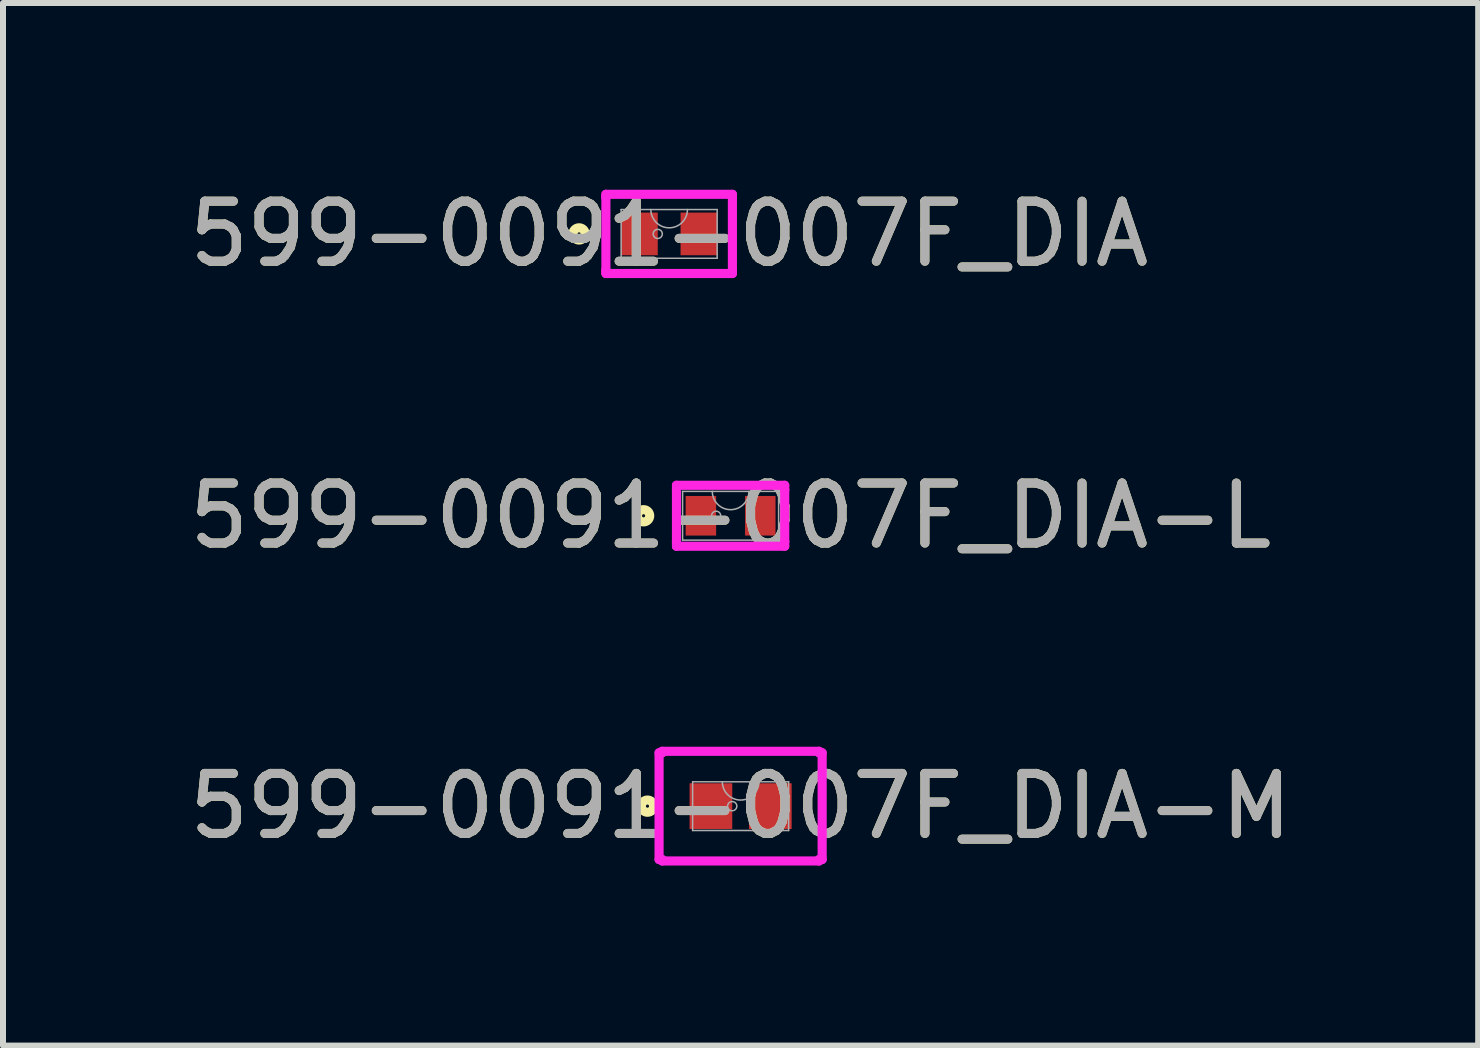
<source format=kicad_pcb>
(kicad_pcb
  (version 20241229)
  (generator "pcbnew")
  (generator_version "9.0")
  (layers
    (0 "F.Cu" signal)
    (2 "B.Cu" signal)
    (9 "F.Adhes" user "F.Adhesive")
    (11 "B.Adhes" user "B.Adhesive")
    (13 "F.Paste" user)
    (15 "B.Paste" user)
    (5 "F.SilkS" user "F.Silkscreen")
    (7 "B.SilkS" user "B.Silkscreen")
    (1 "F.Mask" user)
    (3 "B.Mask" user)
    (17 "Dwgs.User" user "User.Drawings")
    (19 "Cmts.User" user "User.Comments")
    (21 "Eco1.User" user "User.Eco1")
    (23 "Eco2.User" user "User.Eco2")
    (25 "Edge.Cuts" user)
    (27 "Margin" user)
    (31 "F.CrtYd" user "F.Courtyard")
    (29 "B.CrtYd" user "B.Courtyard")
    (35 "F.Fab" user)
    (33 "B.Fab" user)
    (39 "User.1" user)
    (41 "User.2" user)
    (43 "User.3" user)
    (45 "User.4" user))
  (footprint "599-0091-007F_DIA-L"
    (layer "F.Cu")
    (at 9.125 5.545)
    (property "Reference" "599-0091-007F_DIA-L" (at 0 0 0) (unlocked yes) (layer "F.SilkS") (effects (font (size 1 1) (thickness 0.15))))
    (attr smd)
    (fp_circle (center -1.45 0) (end -1.348 0) (stroke (width 0.152) (type solid)) (fill no) (layer "F.SilkS"))
    (fp_line (start -0.902 -0.508) (end 0.902 -0.508) (stroke (width 0.152) (type solid)) (layer "F.CrtYd"))
    (fp_line (start -0.902 -0.432) (end -0.902 -0.508) (stroke (width 0.152) (type solid)) (layer "F.CrtYd"))
    (fp_line (start -0.902 -0.432) (end -0.902 -0.432) (stroke (width 0.152) (type solid)) (layer "F.CrtYd"))
    (fp_line (start -0.902 0.432) (end -0.902 -0.432) (stroke (width 0.152) (type solid)) (layer "F.CrtYd"))
    (fp_line (start -0.902 0.432) (end -0.902 0.432) (stroke (width 0.152) (type solid)) (layer "F.CrtYd"))
    (fp_line (start -0.902 0.508) (end -0.902 0.432) (stroke (width 0.152) (type solid)) (layer "F.CrtYd"))
    (fp_line (start 0.902 -0.508) (end 0.902 -0.432) (stroke (width 0.152) (type solid)) (layer "F.CrtYd"))
    (fp_line (start 0.902 -0.432) (end 0.902 -0.432) (stroke (width 0.152) (type solid)) (layer "F.CrtYd"))
    (fp_line (start 0.902 -0.432) (end 0.902 0.432) (stroke (width 0.152) (type solid)) (layer "F.CrtYd"))
    (fp_line (start 0.902 0.432) (end 0.902 0.432) (stroke (width 0.152) (type solid)) (layer "F.CrtYd"))
    (fp_line (start 0.902 0.432) (end 0.902 0.508) (stroke (width 0.152) (type solid)) (layer "F.CrtYd"))
    (fp_line (start 0.902 0.508) (end -0.902 0.508) (stroke (width 0.152) (type solid)) (layer "F.CrtYd"))
    (fp_line (start -0.8 -0.406) (end -0.8 0.406) (stroke (width 0.025) (type solid)) (layer "F.Fab"))
    (fp_line (start -0.8 0.406) (end 0.8 0.406) (stroke (width 0.025) (type solid)) (layer "F.Fab"))
    (fp_line (start 0.8 -0.406) (end -0.8 -0.406) (stroke (width 0.025) (type solid)) (layer "F.Fab"))
    (fp_line (start 0.8 0.406) (end 0.8 -0.406) (stroke (width 0.025) (type solid)) (layer "F.Fab"))
    (fp_arc (start 0.3048 -0.4064) (mid 0 -0.1016) (end -0.3048 -0.4064) (stroke (width 0.0254) (type solid)) (layer "F.Fab"))
    (fp_circle (center -0.241 0) (end -0.165 0) (stroke (width 0.025) (type solid)) (fill no) (layer "F.Fab"))
    (fp_text user "${REFERENCE}" (at 0 0 0) (unlocked yes) (layer "F.Fab") (effects (font (size 1 1) (thickness 0.15))))
    (pad "1" smd rect (at -0.495 0) (size 0.508 0.66) (layers "F.Cu" "F.Mask" "F.Paste"))
    (pad "2" smd rect (at 0.495 0) (size 0.508 0.66) (layers "F.Cu" "F.Mask" "F.Paste")))
  (footprint "599-0091-007F_DIA-M"
    (layer "F.Cu")
    (at 9.292 10.384)
    (property "Reference" "599-0091-007F_DIA-M" (at 0 0 0) (unlocked yes) (layer "F.SilkS") (effects (font (size 1 1) (thickness 0.15))))
    (attr smd)
    (fp_circle (center -1.552 0) (end -1.45 0) (stroke (width 0.152) (type solid)) (fill no) (layer "F.SilkS"))
    (fp_line (start -1.359 -0.889) (end -1.308 -0.889) (stroke (width 0.152) (type solid)) (layer "F.CrtYd"))
    (fp_line (start -1.359 0.889) (end -1.359 -0.889) (stroke (width 0.152) (type solid)) (layer "F.CrtYd"))
    (fp_line (start -1.359 0.889) (end -1.308 0.889) (stroke (width 0.152) (type solid)) (layer "F.CrtYd"))
    (fp_line (start -1.308 -0.914) (end 1.308 -0.914) (stroke (width 0.152) (type solid)) (layer "F.CrtYd"))
    (fp_line (start -1.308 -0.889) (end -1.308 -0.914) (stroke (width 0.152) (type solid)) (layer "F.CrtYd"))
    (fp_line (start -1.308 0.914) (end -1.308 0.889) (stroke (width 0.152) (type solid)) (layer "F.CrtYd"))
    (fp_line (start 1.308 -0.914) (end 1.308 -0.889) (stroke (width 0.152) (type solid)) (layer "F.CrtYd"))
    (fp_line (start 1.308 0.889) (end 1.308 0.914) (stroke (width 0.152) (type solid)) (layer "F.CrtYd"))
    (fp_line (start 1.308 0.914) (end -1.308 0.914) (stroke (width 0.152) (type solid)) (layer "F.CrtYd"))
    (fp_line (start 1.359 -0.889) (end 1.308 -0.889) (stroke (width 0.152) (type solid)) (layer "F.CrtYd"))
    (fp_line (start 1.359 -0.889) (end 1.359 0.889) (stroke (width 0.152) (type solid)) (layer "F.CrtYd"))
    (fp_line (start 1.359 0.889) (end 1.308 0.889) (stroke (width 0.152) (type solid)) (layer "F.CrtYd"))
    (fp_line (start -0.8 -0.406) (end -0.8 0.406) (stroke (width 0.025) (type solid)) (layer "F.Fab"))
    (fp_line (start -0.8 0.406) (end 0.8 0.406) (stroke (width 0.025) (type solid)) (layer "F.Fab"))
    (fp_line (start 0.8 -0.406) (end -0.8 -0.406) (stroke (width 0.025) (type solid)) (layer "F.Fab"))
    (fp_line (start 0.8 0.406) (end 0.8 -0.406) (stroke (width 0.025) (type solid)) (layer "F.Fab"))
    (fp_arc (start 0.3048 -0.4064) (mid 0 -0.1016) (end -0.3048 -0.4064) (stroke (width 0.0254) (type solid)) (layer "F.Fab"))
    (fp_circle (center -0.14 0) (end -0.063 0) (stroke (width 0.025) (type solid)) (fill no) (layer "F.Fab"))
    (fp_text user "${REFERENCE}" (at 0 0 0) (unlocked yes) (layer "F.Fab") (effects (font (size 1 1) (thickness 0.15))))
    (pad "1" smd rect (at -0.495 0) (size 0.711 0.762) (layers "F.Cu" "F.Mask" "F.Paste"))
    (pad "2" smd rect (at 0.495 0) (size 0.711 0.762) (layers "F.Cu" "F.Mask" "F.Paste")))
  (footprint "599-0091-007F_DIA"
    (layer "F.Cu")
    (at 8.101 0.848)
    (property "Reference" "599-0091-007F_DIA" (at 0 0 0) (unlocked yes) (layer "F.SilkS") (effects (font (size 1 1) (thickness 0.15))))
    (attr smd)
    (fp_circle (center -1.501 0) (end -1.399 0) (stroke (width 0.152) (type solid)) (fill no) (layer "F.SilkS"))
    (fp_line (start -1.054 -0.66) (end 1.054 -0.66) (stroke (width 0.152) (type solid)) (layer "F.CrtYd"))
    (fp_line (start -1.054 -0.61) (end -1.054 -0.66) (stroke (width 0.152) (type solid)) (layer "F.CrtYd"))
    (fp_line (start -1.054 -0.61) (end -1.054 -0.61) (stroke (width 0.152) (type solid)) (layer "F.CrtYd"))
    (fp_line (start -1.054 0.61) (end -1.054 -0.61) (stroke (width 0.152) (type solid)) (layer "F.CrtYd"))
    (fp_line (start -1.054 0.61) (end -1.054 0.61) (stroke (width 0.152) (type solid)) (layer "F.CrtYd"))
    (fp_line (start -1.054 0.66) (end -1.054 0.61) (stroke (width 0.152) (type solid)) (layer "F.CrtYd"))
    (fp_line (start 1.054 -0.66) (end 1.054 -0.61) (stroke (width 0.152) (type solid)) (layer "F.CrtYd"))
    (fp_line (start 1.054 -0.61) (end 1.054 -0.61) (stroke (width 0.152) (type solid)) (layer "F.CrtYd"))
    (fp_line (start 1.054 -0.61) (end 1.054 0.61) (stroke (width 0.152) (type solid)) (layer "F.CrtYd"))
    (fp_line (start 1.054 0.61) (end 1.054 0.61) (stroke (width 0.152) (type solid)) (layer "F.CrtYd"))
    (fp_line (start 1.054 0.61) (end 1.054 0.66) (stroke (width 0.152) (type solid)) (layer "F.CrtYd"))
    (fp_line (start 1.054 0.66) (end -1.054 0.66) (stroke (width 0.152) (type solid)) (layer "F.CrtYd"))
    (fp_line (start -0.8 -0.406) (end -0.8 0.406) (stroke (width 0.025) (type solid)) (layer "F.Fab"))
    (fp_line (start -0.8 0.406) (end 0.8 0.406) (stroke (width 0.025) (type solid)) (layer "F.Fab"))
    (fp_line (start 0.8 -0.406) (end -0.8 -0.406) (stroke (width 0.025) (type solid)) (layer "F.Fab"))
    (fp_line (start 0.8 0.406) (end 0.8 -0.406) (stroke (width 0.025) (type solid)) (layer "F.Fab"))
    (fp_arc (start 0.3048 -0.4064) (mid 0 -0.1016) (end -0.3048 -0.4064) (stroke (width 0.0254) (type solid)) (layer "F.Fab"))
    (fp_circle (center -0.19 0) (end -0.114 0) (stroke (width 0.025) (type solid)) (fill no) (layer "F.Fab"))
    (fp_text user "${REFERENCE}" (at 0 0 0) (unlocked yes) (layer "F.Fab") (effects (font (size 1 1) (thickness 0.15))))
    (pad "1" smd rect (at -0.495 0) (size 0.61 0.711) (layers "F.Cu" "F.Mask" "F.Paste"))
    (pad "2" smd rect (at 0.495 0) (size 0.61 0.711) (layers "F.Cu" "F.Mask" "F.Paste")))
  (gr_rect
    (start -3 -3)
    (end 21.583 14.374)
    (stroke (width 0.1) (type default))
    (fill no)
    (layer "Edge.Cuts")))
</source>
